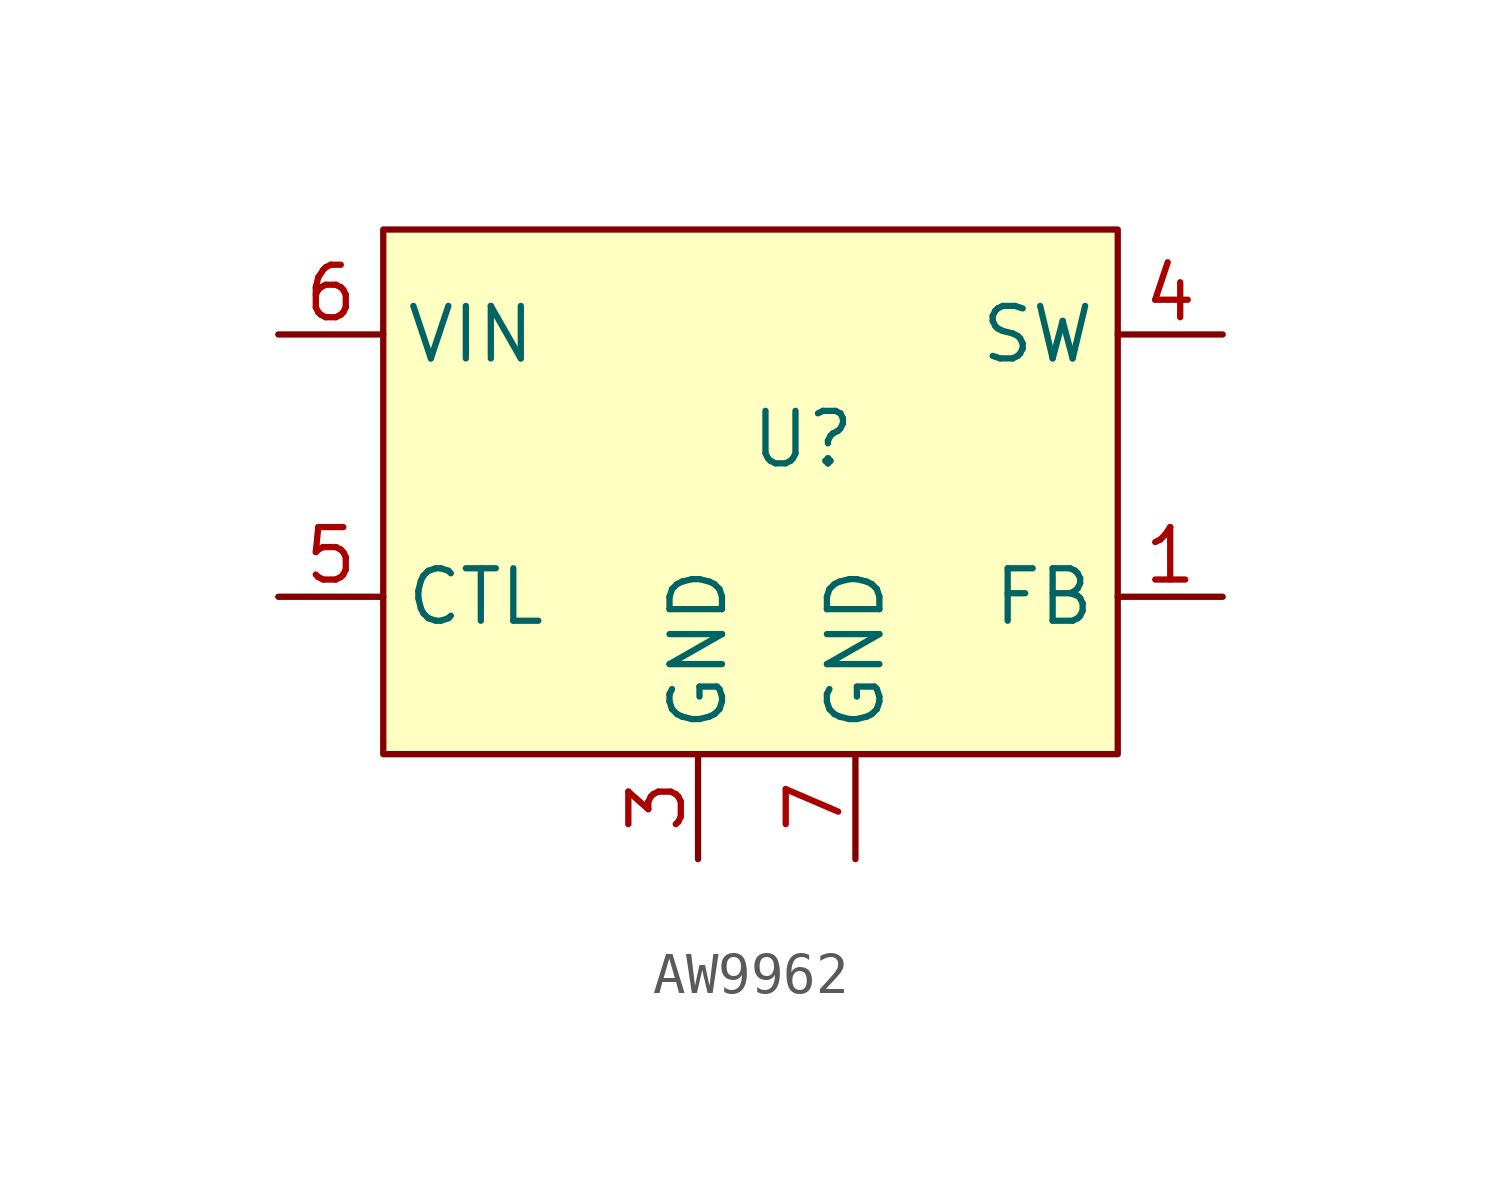
<source format=kicad_sym>
(kicad_symbol_lib
  (version 20241209)
  (generator "kicad_symbol_editor")
  (generator_version "9.0")
  (symbol "AW9962"
    (property "Reference" "U"
      (at 0 0 0)
      (effects (font (size 1.27 1.27))))
    (property "Value" ""
      (at 0 0 0)
      (effects (font (size 1.27 1.27))))
    (symbol "AW9962_1_1"
      (rectangle (start -10.16 5.08) (end 7.62 -7.62) (stroke (width 0) (type solid)) (fill (type background)))
      (pin power_in line (at -12.7 2.54 0) (length 2.54) (name "VIN" (effects (font (size 1.27 1.27)))) (number "6" (effects (font (size 1.27 1.27)))))
      (pin input line (at -12.7 -3.81 0) (length 2.54) (name "CTL" (effects (font (size 1.27 1.27)))) (number "5" (effects (font (size 1.27 1.27)))))
      (pin power_in line (at -2.54 -10.16 90) (length 2.54) (name "GND" (effects (font (size 1.27 1.27)))) (number "3" (effects (font (size 1.27 1.27)))))
      (pin power_in line (at 1.27 -10.16 90) (length 2.54) (name "GND" (effects (font (size 1.27 1.27)))) (number "7" (effects (font (size 1.27 1.27)))))
      (pin passive line (at 10.16 2.54 180) (length 2.54) (name "SW" (effects (font (size 1.27 1.27)))) (number "4" (effects (font (size 1.27 1.27)))))
      (pin input line (at 10.16 -3.81 180) (length 2.54) (name "FB" (effects (font (size 1.27 1.27)))) (number "1" (effects (font (size 1.27 1.27)))))
      (pin input line (at 10.16 -7.62 180) (length 2.54) (hide yes) (name "NC" (effects (font (size 1.27 1.27)))) (number "2" (effects (font (size 1.27 1.27))))))))
</source>
